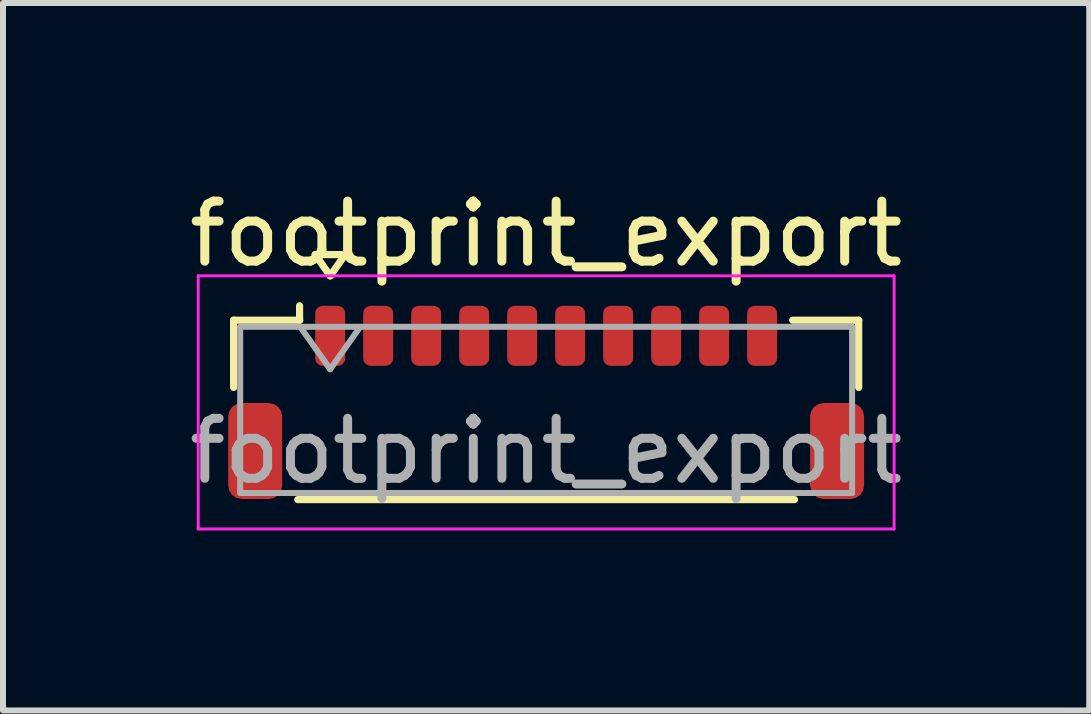
<source format=kicad_pcb>
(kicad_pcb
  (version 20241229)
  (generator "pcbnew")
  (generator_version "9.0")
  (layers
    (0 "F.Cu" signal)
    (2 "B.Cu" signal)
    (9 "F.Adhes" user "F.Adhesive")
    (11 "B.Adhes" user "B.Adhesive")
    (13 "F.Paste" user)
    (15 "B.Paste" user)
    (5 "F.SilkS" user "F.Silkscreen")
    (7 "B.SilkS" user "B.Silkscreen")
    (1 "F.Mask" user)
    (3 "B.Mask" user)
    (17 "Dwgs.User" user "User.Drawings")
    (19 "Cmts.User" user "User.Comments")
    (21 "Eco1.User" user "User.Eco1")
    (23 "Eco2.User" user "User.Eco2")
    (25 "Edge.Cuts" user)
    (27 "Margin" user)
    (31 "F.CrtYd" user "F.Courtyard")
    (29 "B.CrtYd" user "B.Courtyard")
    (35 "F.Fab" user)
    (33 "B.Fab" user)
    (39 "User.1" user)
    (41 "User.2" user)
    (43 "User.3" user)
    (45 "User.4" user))
  (footprint "footprint_export"
    (layer "F.Cu")
    (at 6.054 3.658)
    (property "Reference" "footprint_export" (at 0 -2.81 0) (layer "F.SilkS") (effects (font (size 1 1) (thickness 0.15))))
    (attr smd)
    (fp_line (start -5.21 -1.37) (end -4.11 -1.37) (stroke (width 0.12) (type solid)) (layer "F.SilkS"))
    (fp_line (start -5.21 -0.25) (end -5.21 -1.37) (stroke (width 0.12) (type solid)) (layer "F.SilkS"))
    (fp_line (start -4.14 1.62) (end 4.14 1.62) (stroke (width 0.12) (type solid)) (layer "F.SilkS"))
    (fp_line (start -4.11 -1.37) (end -4.11 -1.61) (stroke (width 0.12) (type solid)) (layer "F.SilkS"))
    (fp_line (start -3.85 -2.464) (end -3.6 -2.11) (stroke (width 0.12) (type solid)) (layer "F.SilkS"))
    (fp_line (start -3.6 -2.11) (end -3.35 -2.464) (stroke (width 0.12) (type solid)) (layer "F.SilkS"))
    (fp_line (start -3.35 -2.464) (end -3.85 -2.464) (stroke (width 0.12) (type solid)) (layer "F.SilkS"))
    (fp_line (start 5.21 -1.37) (end 4.11 -1.37) (stroke (width 0.12) (type solid)) (layer "F.SilkS"))
    (fp_line (start 5.21 -0.25) (end 5.21 -1.37) (stroke (width 0.12) (type solid)) (layer "F.SilkS"))
    (fp_line (start -5.8 -2.11) (end -5.8 2.11) (stroke (width 0.05) (type solid)) (layer "F.CrtYd"))
    (fp_line (start -5.8 2.11) (end 5.8 2.11) (stroke (width 0.05) (type solid)) (layer "F.CrtYd"))
    (fp_line (start 5.8 -2.11) (end -5.8 -2.11) (stroke (width 0.05) (type solid)) (layer "F.CrtYd"))
    (fp_line (start 5.8 2.11) (end 5.8 -2.11) (stroke (width 0.05) (type solid)) (layer "F.CrtYd"))
    (fp_line (start -5.1 -1.26) (end -5.1 1.51) (stroke (width 0.1) (type solid)) (layer "F.Fab"))
    (fp_line (start -5.1 -1.26) (end 5.1 -1.26) (stroke (width 0.1) (type solid)) (layer "F.Fab"))
    (fp_line (start -5.1 1.51) (end 5.1 1.51) (stroke (width 0.1) (type solid)) (layer "F.Fab"))
    (fp_line (start -4.1 -1.26) (end -3.6 -0.553) (stroke (width 0.1) (type solid)) (layer "F.Fab"))
    (fp_line (start -3.6 -0.553) (end -3.1 -1.26) (stroke (width 0.1) (type solid)) (layer "F.Fab"))
    (fp_line (start 5.1 -1.26) (end 5.1 1.51) (stroke (width 0.1) (type solid)) (layer "F.Fab"))
    (fp_text user "${REFERENCE}" (at 0 0.81 0) (layer "F.Fab") (effects (font (size 1 1) (thickness 0.15))))
    (pad "1" smd roundrect (at -3.6 -1.11) (size 0.5 1) (layers "F.Cu" "F.Mask" "F.Paste") (roundrect_rratio 0.25))
    (pad "2" smd roundrect (at -2.8 -1.11) (size 0.5 1) (layers "F.Cu" "F.Mask" "F.Paste") (roundrect_rratio 0.25))
    (pad "3" smd roundrect (at -2 -1.11) (size 0.5 1) (layers "F.Cu" "F.Mask" "F.Paste") (roundrect_rratio 0.25))
    (pad "4" smd roundrect (at -1.2 -1.11) (size 0.5 1) (layers "F.Cu" "F.Mask" "F.Paste") (roundrect_rratio 0.25))
    (pad "5" smd roundrect (at -0.4 -1.11) (size 0.5 1) (layers "F.Cu" "F.Mask" "F.Paste") (roundrect_rratio 0.25))
    (pad "6" smd roundrect (at 0.4 -1.11) (size 0.5 1) (layers "F.Cu" "F.Mask" "F.Paste") (roundrect_rratio 0.25))
    (pad "7" smd roundrect (at 1.2 -1.11) (size 0.5 1) (layers "F.Cu" "F.Mask" "F.Paste") (roundrect_rratio 0.25))
    (pad "8" smd roundrect (at 2 -1.11) (size 0.5 1) (layers "F.Cu" "F.Mask" "F.Paste") (roundrect_rratio 0.25))
    (pad "9" smd roundrect (at 2.8 -1.11) (size 0.5 1) (layers "F.Cu" "F.Mask" "F.Paste") (roundrect_rratio 0.25))
    (pad "10" smd roundrect (at 3.6 -1.11) (size 0.5 1) (layers "F.Cu" "F.Mask" "F.Paste") (roundrect_rratio 0.25))
    (pad "MP" smd roundrect (at -4.85 0.81) (size 0.9 1.6) (layers "F.Cu" "F.Mask" "F.Paste") (roundrect_rratio 0.25))
    (pad "MP" smd roundrect (at 4.85 0.81) (size 0.9 1.6) (layers "F.Cu" "F.Mask" "F.Paste") (roundrect_rratio 0.25)))
  (gr_rect
    (start -3 -3)
    (end 15.107 8.793)
    (stroke (width 0.1) (type default))
    (fill no)
    (layer "Edge.Cuts")))
</source>
